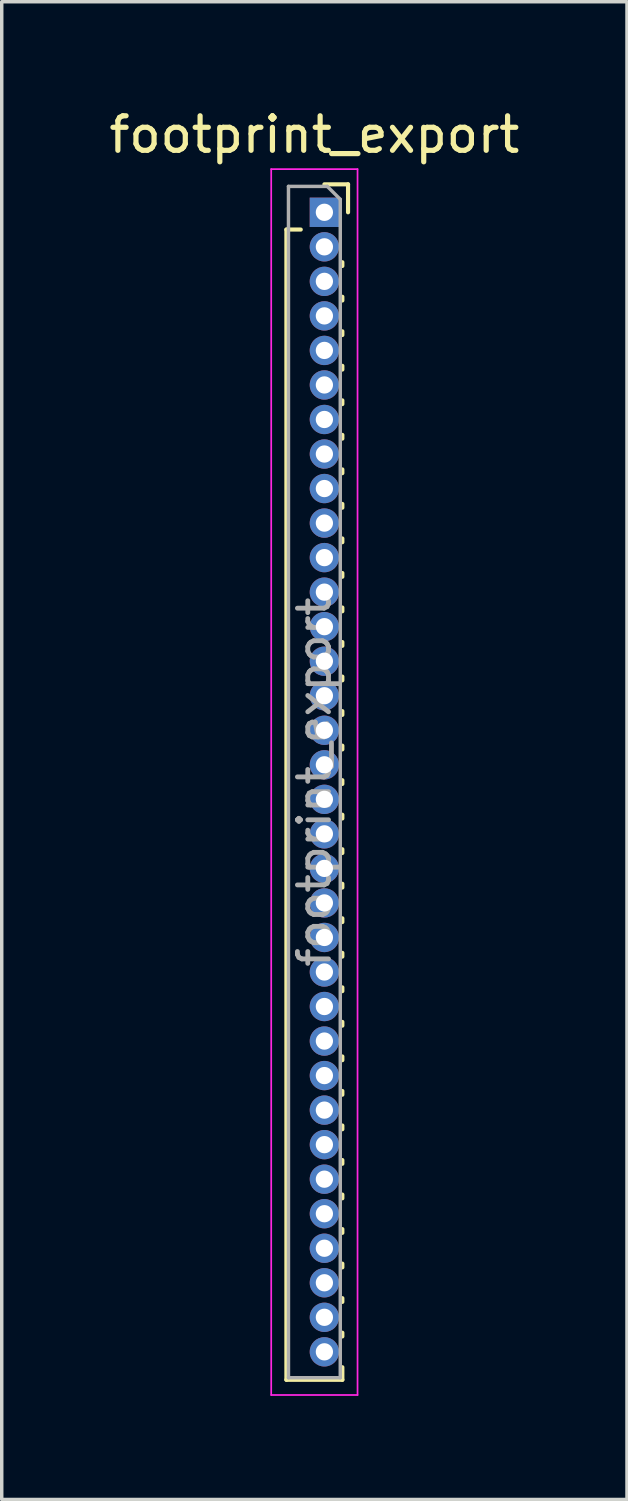
<source format=kicad_pcb>
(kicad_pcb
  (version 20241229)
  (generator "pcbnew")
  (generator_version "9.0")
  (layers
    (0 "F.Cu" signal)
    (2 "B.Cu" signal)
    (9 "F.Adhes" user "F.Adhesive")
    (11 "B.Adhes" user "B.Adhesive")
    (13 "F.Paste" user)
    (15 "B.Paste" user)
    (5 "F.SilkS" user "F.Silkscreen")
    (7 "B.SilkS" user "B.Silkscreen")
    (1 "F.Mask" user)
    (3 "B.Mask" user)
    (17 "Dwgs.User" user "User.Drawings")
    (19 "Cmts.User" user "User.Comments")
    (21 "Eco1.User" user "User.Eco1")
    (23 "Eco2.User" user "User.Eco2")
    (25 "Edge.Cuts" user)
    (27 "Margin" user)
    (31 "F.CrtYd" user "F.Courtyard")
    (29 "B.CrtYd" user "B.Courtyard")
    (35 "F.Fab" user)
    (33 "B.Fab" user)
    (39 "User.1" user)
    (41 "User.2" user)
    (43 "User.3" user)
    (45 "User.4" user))
  (footprint "footprint_export"
    (layer "F.Cu")
    (at 6.344 3.098)
    (property "Reference" "footprint_export" (at -0.29 -2.25 0) (layer "F.SilkS") (effects (font (size 1 1) (thickness 0.15))))
    (attr through_hole)
    (fp_line (start -1.1 0.5) (end -1.1 33.81) (stroke (width 0.12) (type solid)) (layer "F.SilkS"))
    (fp_line (start -1.1 0.5) (end -0.685 0.5) (stroke (width 0.12) (type solid)) (layer "F.SilkS"))
    (fp_line (start -1.1 33.81) (end 0.52 33.81) (stroke (width 0.12) (type solid)) (layer "F.SilkS"))
    (fp_line (start 0 -0.81) (end 0.685 -0.81) (stroke (width 0.12) (type solid)) (layer "F.SilkS"))
    (fp_line (start 0.52 1.446) (end 0.52 1.554) (stroke (width 0.12) (type solid)) (layer "F.SilkS"))
    (fp_line (start 0.52 2.446) (end 0.52 2.554) (stroke (width 0.12) (type solid)) (layer "F.SilkS"))
    (fp_line (start 0.52 3.446) (end 0.52 3.554) (stroke (width 0.12) (type solid)) (layer "F.SilkS"))
    (fp_line (start 0.52 4.446) (end 0.52 4.554) (stroke (width 0.12) (type solid)) (layer "F.SilkS"))
    (fp_line (start 0.52 5.446) (end 0.52 5.554) (stroke (width 0.12) (type solid)) (layer "F.SilkS"))
    (fp_line (start 0.52 6.446) (end 0.52 6.554) (stroke (width 0.12) (type solid)) (layer "F.SilkS"))
    (fp_line (start 0.52 7.446) (end 0.52 7.554) (stroke (width 0.12) (type solid)) (layer "F.SilkS"))
    (fp_line (start 0.52 8.446) (end 0.52 8.554) (stroke (width 0.12) (type solid)) (layer "F.SilkS"))
    (fp_line (start 0.52 9.446) (end 0.52 9.554) (stroke (width 0.12) (type solid)) (layer "F.SilkS"))
    (fp_line (start 0.52 10.446) (end 0.52 10.554) (stroke (width 0.12) (type solid)) (layer "F.SilkS"))
    (fp_line (start 0.52 11.446) (end 0.52 11.554) (stroke (width 0.12) (type solid)) (layer "F.SilkS"))
    (fp_line (start 0.52 12.446) (end 0.52 12.554) (stroke (width 0.12) (type solid)) (layer "F.SilkS"))
    (fp_line (start 0.52 13.446) (end 0.52 13.554) (stroke (width 0.12) (type solid)) (layer "F.SilkS"))
    (fp_line (start 0.52 14.446) (end 0.52 14.554) (stroke (width 0.12) (type solid)) (layer "F.SilkS"))
    (fp_line (start 0.52 15.446) (end 0.52 15.554) (stroke (width 0.12) (type solid)) (layer "F.SilkS"))
    (fp_line (start 0.52 16.446) (end 0.52 16.554) (stroke (width 0.12) (type solid)) (layer "F.SilkS"))
    (fp_line (start 0.52 17.446) (end 0.52 17.554) (stroke (width 0.12) (type solid)) (layer "F.SilkS"))
    (fp_line (start 0.52 18.446) (end 0.52 18.554) (stroke (width 0.12) (type solid)) (layer "F.SilkS"))
    (fp_line (start 0.52 19.446) (end 0.52 19.554) (stroke (width 0.12) (type solid)) (layer "F.SilkS"))
    (fp_line (start 0.52 20.446) (end 0.52 20.554) (stroke (width 0.12) (type solid)) (layer "F.SilkS"))
    (fp_line (start 0.52 21.446) (end 0.52 21.554) (stroke (width 0.12) (type solid)) (layer "F.SilkS"))
    (fp_line (start 0.52 22.446) (end 0.52 22.554) (stroke (width 0.12) (type solid)) (layer "F.SilkS"))
    (fp_line (start 0.52 23.446) (end 0.52 23.554) (stroke (width 0.12) (type solid)) (layer "F.SilkS"))
    (fp_line (start 0.52 24.446) (end 0.52 24.554) (stroke (width 0.12) (type solid)) (layer "F.SilkS"))
    (fp_line (start 0.52 25.446) (end 0.52 25.554) (stroke (width 0.12) (type solid)) (layer "F.SilkS"))
    (fp_line (start 0.52 26.446) (end 0.52 26.554) (stroke (width 0.12) (type solid)) (layer "F.SilkS"))
    (fp_line (start 0.52 27.446) (end 0.52 27.554) (stroke (width 0.12) (type solid)) (layer "F.SilkS"))
    (fp_line (start 0.52 28.446) (end 0.52 28.554) (stroke (width 0.12) (type solid)) (layer "F.SilkS"))
    (fp_line (start 0.52 29.446) (end 0.52 29.554) (stroke (width 0.12) (type solid)) (layer "F.SilkS"))
    (fp_line (start 0.52 30.446) (end 0.52 30.554) (stroke (width 0.12) (type solid)) (layer "F.SilkS"))
    (fp_line (start 0.52 31.446) (end 0.52 31.554) (stroke (width 0.12) (type solid)) (layer "F.SilkS"))
    (fp_line (start 0.52 32.446) (end 0.52 32.554) (stroke (width 0.12) (type solid)) (layer "F.SilkS"))
    (fp_line (start 0.52 33.446) (end 0.52 33.81) (stroke (width 0.12) (type solid)) (layer "F.SilkS"))
    (fp_line (start 0.685 -0.81) (end 0.685 0) (stroke (width 0.12) (type solid)) (layer "F.SilkS"))
    (fp_line (start -1.54 -1.25) (end 0.96 -1.25) (stroke (width 0.05) (type solid)) (layer "F.CrtYd"))
    (fp_line (start -1.54 34.25) (end -1.54 -1.25) (stroke (width 0.05) (type solid)) (layer "F.CrtYd"))
    (fp_line (start 0.96 -1.25) (end 0.96 34.25) (stroke (width 0.05) (type solid)) (layer "F.CrtYd"))
    (fp_line (start 0.96 34.25) (end -1.54 34.25) (stroke (width 0.05) (type solid)) (layer "F.CrtYd"))
    (fp_line (start -1.04 -0.75) (end 0.085 -0.75) (stroke (width 0.1) (type solid)) (layer "F.Fab"))
    (fp_line (start -1.04 33.75) (end -1.04 -0.75) (stroke (width 0.1) (type solid)) (layer "F.Fab"))
    (fp_line (start 0.085 -0.75) (end 0.46 -0.375) (stroke (width 0.1) (type solid)) (layer "F.Fab"))
    (fp_line (start 0.46 -0.375) (end 0.46 33.75) (stroke (width 0.1) (type solid)) (layer "F.Fab"))
    (fp_line (start 0.46 33.75) (end -1.04 33.75) (stroke (width 0.1) (type solid)) (layer "F.Fab"))
    (fp_text user "${REFERENCE}" (at -0.29 16.5 90) (layer "F.Fab") (effects (font (size 0.9 0.9) (thickness 0.14))))
    (pad "1" thru_hole rect (at 0 0) (size 0.85 0.85) (drill 0.5) (layers "*.Cu" "*.Mask"))
    (pad "2" thru_hole oval (at 0 1) (size 0.85 0.85) (drill 0.5) (layers "*.Cu" "*.Mask"))
    (pad "3" thru_hole oval (at 0 2) (size 0.85 0.85) (drill 0.5) (layers "*.Cu" "*.Mask"))
    (pad "4" thru_hole oval (at 0 3) (size 0.85 0.85) (drill 0.5) (layers "*.Cu" "*.Mask"))
    (pad "5" thru_hole oval (at 0 4) (size 0.85 0.85) (drill 0.5) (layers "*.Cu" "*.Mask"))
    (pad "6" thru_hole oval (at 0 5) (size 0.85 0.85) (drill 0.5) (layers "*.Cu" "*.Mask"))
    (pad "7" thru_hole oval (at 0 6) (size 0.85 0.85) (drill 0.5) (layers "*.Cu" "*.Mask"))
    (pad "8" thru_hole oval (at 0 7) (size 0.85 0.85) (drill 0.5) (layers "*.Cu" "*.Mask"))
    (pad "9" thru_hole oval (at 0 8) (size 0.85 0.85) (drill 0.5) (layers "*.Cu" "*.Mask"))
    (pad "10" thru_hole oval (at 0 9) (size 0.85 0.85) (drill 0.5) (layers "*.Cu" "*.Mask"))
    (pad "11" thru_hole oval (at 0 10) (size 0.85 0.85) (drill 0.5) (layers "*.Cu" "*.Mask"))
    (pad "12" thru_hole oval (at 0 11) (size 0.85 0.85) (drill 0.5) (layers "*.Cu" "*.Mask"))
    (pad "13" thru_hole oval (at 0 12) (size 0.85 0.85) (drill 0.5) (layers "*.Cu" "*.Mask"))
    (pad "14" thru_hole oval (at 0 13) (size 0.85 0.85) (drill 0.5) (layers "*.Cu" "*.Mask"))
    (pad "15" thru_hole oval (at 0 14) (size 0.85 0.85) (drill 0.5) (layers "*.Cu" "*.Mask"))
    (pad "16" thru_hole oval (at 0 15) (size 0.85 0.85) (drill 0.5) (layers "*.Cu" "*.Mask"))
    (pad "17" thru_hole oval (at 0 16) (size 0.85 0.85) (drill 0.5) (layers "*.Cu" "*.Mask"))
    (pad "18" thru_hole oval (at 0 17) (size 0.85 0.85) (drill 0.5) (layers "*.Cu" "*.Mask"))
    (pad "19" thru_hole oval (at 0 18) (size 0.85 0.85) (drill 0.5) (layers "*.Cu" "*.Mask"))
    (pad "20" thru_hole oval (at 0 19) (size 0.85 0.85) (drill 0.5) (layers "*.Cu" "*.Mask"))
    (pad "21" thru_hole oval (at 0 20) (size 0.85 0.85) (drill 0.5) (layers "*.Cu" "*.Mask"))
    (pad "22" thru_hole oval (at 0 21) (size 0.85 0.85) (drill 0.5) (layers "*.Cu" "*.Mask"))
    (pad "23" thru_hole oval (at 0 22) (size 0.85 0.85) (drill 0.5) (layers "*.Cu" "*.Mask"))
    (pad "24" thru_hole oval (at 0 23) (size 0.85 0.85) (drill 0.5) (layers "*.Cu" "*.Mask"))
    (pad "25" thru_hole oval (at 0 24) (size 0.85 0.85) (drill 0.5) (layers "*.Cu" "*.Mask"))
    (pad "26" thru_hole oval (at 0 25) (size 0.85 0.85) (drill 0.5) (layers "*.Cu" "*.Mask"))
    (pad "27" thru_hole oval (at 0 26) (size 0.85 0.85) (drill 0.5) (layers "*.Cu" "*.Mask"))
    (pad "28" thru_hole oval (at 0 27) (size 0.85 0.85) (drill 0.5) (layers "*.Cu" "*.Mask"))
    (pad "29" thru_hole oval (at 0 28) (size 0.85 0.85) (drill 0.5) (layers "*.Cu" "*.Mask"))
    (pad "30" thru_hole oval (at 0 29) (size 0.85 0.85) (drill 0.5) (layers "*.Cu" "*.Mask"))
    (pad "31" thru_hole oval (at 0 30) (size 0.85 0.85) (drill 0.5) (layers "*.Cu" "*.Mask"))
    (pad "32" thru_hole oval (at 0 31) (size 0.85 0.85) (drill 0.5) (layers "*.Cu" "*.Mask"))
    (pad "33" thru_hole oval (at 0 32) (size 0.85 0.85) (drill 0.5) (layers "*.Cu" "*.Mask"))
    (pad "34" thru_hole oval (at 0 33) (size 0.85 0.85) (drill 0.5) (layers "*.Cu" "*.Mask")))
  (gr_rect
    (start -3 -3)
    (end 15.107 40.373)
    (stroke (width 0.1) (type default))
    (fill no)
    (layer "Edge.Cuts")))
</source>
